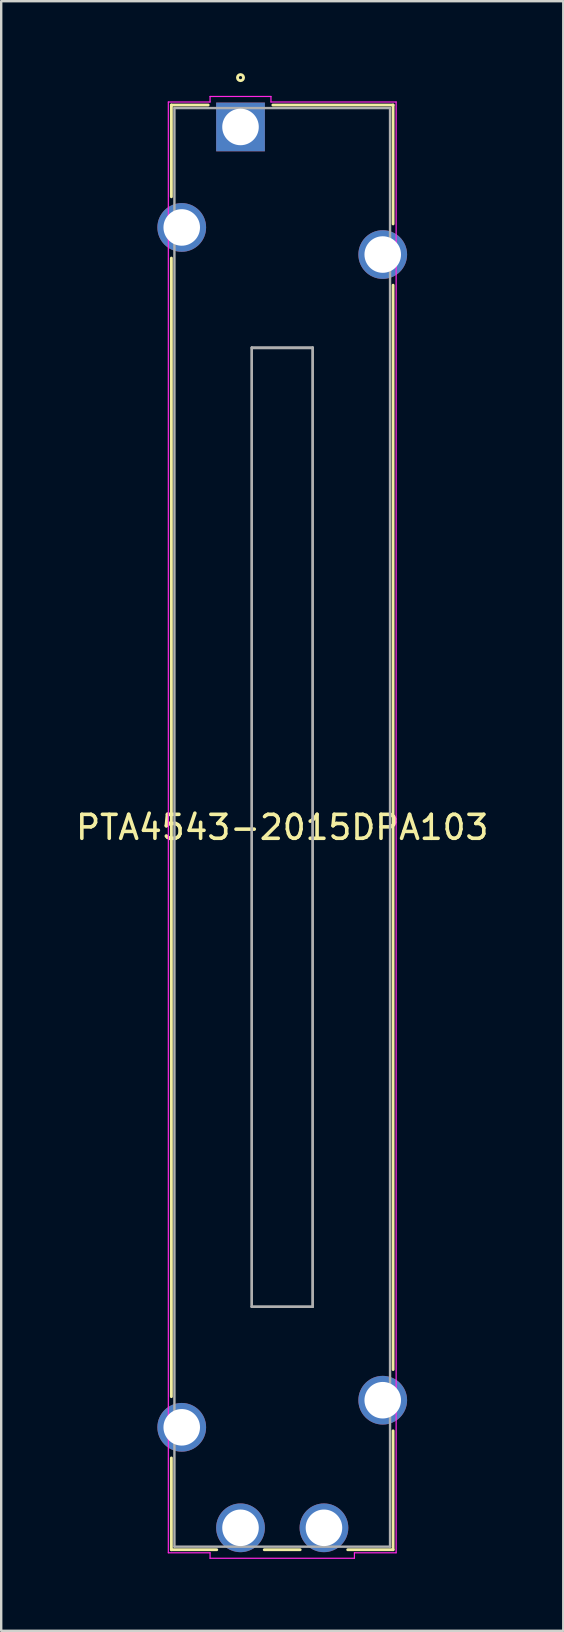
<source format=kicad_pcb>
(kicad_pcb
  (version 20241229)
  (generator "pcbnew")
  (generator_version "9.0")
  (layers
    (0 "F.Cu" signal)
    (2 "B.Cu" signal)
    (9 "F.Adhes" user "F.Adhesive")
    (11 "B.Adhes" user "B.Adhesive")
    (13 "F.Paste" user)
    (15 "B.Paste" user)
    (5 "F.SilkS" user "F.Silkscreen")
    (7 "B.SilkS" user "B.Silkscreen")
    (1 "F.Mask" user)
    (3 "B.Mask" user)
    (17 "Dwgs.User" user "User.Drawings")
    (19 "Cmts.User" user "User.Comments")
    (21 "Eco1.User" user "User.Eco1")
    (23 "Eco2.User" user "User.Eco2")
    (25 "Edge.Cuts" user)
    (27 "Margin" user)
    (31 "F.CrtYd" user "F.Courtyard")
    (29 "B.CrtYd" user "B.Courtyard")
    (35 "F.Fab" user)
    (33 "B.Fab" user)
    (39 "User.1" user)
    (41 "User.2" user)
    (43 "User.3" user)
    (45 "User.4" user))
  (footprint "PTA4543-2015DPA103"
    (layer "F.Cu")
    (at 6.98 2.244)
    (property "Reference" "PTA4543-2015DPA103" (at 1.74 29.21 0) (layer "F.SilkS") (effects (font (size 1 1) (thickness 0.15))))
    (attr through_hole)
    (fp_line (start -2.883 -0.914) (end -2.883 2.913) (stroke (width 0.12) (type solid)) (layer "F.SilkS"))
    (fp_line (start -2.883 5.469) (end -2.883 52.951) (stroke (width 0.12) (type solid)) (layer "F.SilkS"))
    (fp_line (start -2.883 55.507) (end -2.883 59.334) (stroke (width 0.12) (type solid)) (layer "F.SilkS"))
    (fp_line (start -2.883 59.334) (end -0.991 59.334) (stroke (width 0.12) (type solid)) (layer "F.SilkS"))
    (fp_line (start -1.349 -0.914) (end -2.883 -0.914) (stroke (width 0.12) (type solid)) (layer "F.SilkS"))
    (fp_line (start 0.991 59.334) (end 2.488 59.334) (stroke (width 0.12) (type solid)) (layer "F.SilkS"))
    (fp_line (start 4.471 59.334) (end 6.363 59.334) (stroke (width 0.12) (type solid)) (layer "F.SilkS"))
    (fp_line (start 6.363 -0.914) (end 1.349 -0.914) (stroke (width 0.12) (type solid)) (layer "F.SilkS"))
    (fp_line (start 6.363 4.044) (end 6.363 -0.914) (stroke (width 0.12) (type solid)) (layer "F.SilkS"))
    (fp_line (start 6.363 51.821) (end 6.363 6.599) (stroke (width 0.12) (type solid)) (layer "F.SilkS"))
    (fp_line (start 6.363 59.334) (end 6.363 54.376) (stroke (width 0.12) (type solid)) (layer "F.SilkS"))
    (fp_circle (center 0 -2.057) (end 0.127 -2.057) (stroke (width 0.12) (type solid)) (fill no) (layer "F.SilkS"))
    (fp_line (start -3.01 -1.041) (end -1.27 -1.041) (stroke (width 0.05) (type solid)) (layer "F.CrtYd"))
    (fp_line (start -3.01 59.461) (end -3.01 -1.041) (stroke (width 0.05) (type solid)) (layer "F.CrtYd"))
    (fp_line (start -1.27 -1.27) (end 1.27 -1.27) (stroke (width 0.05) (type solid)) (layer "F.CrtYd"))
    (fp_line (start -1.27 -1.041) (end -1.27 -1.27) (stroke (width 0.05) (type solid)) (layer "F.CrtYd"))
    (fp_line (start -1.27 59.461) (end -3.01 59.461) (stroke (width 0.05) (type solid)) (layer "F.CrtYd"))
    (fp_line (start -1.27 59.69) (end -1.27 59.461) (stroke (width 0.05) (type solid)) (layer "F.CrtYd"))
    (fp_line (start 1.27 -1.27) (end 1.27 -1.041) (stroke (width 0.05) (type solid)) (layer "F.CrtYd"))
    (fp_line (start 1.27 -1.041) (end 6.49 -1.041) (stroke (width 0.05) (type solid)) (layer "F.CrtYd"))
    (fp_line (start 4.75 59.461) (end 4.75 59.69) (stroke (width 0.05) (type solid)) (layer "F.CrtYd"))
    (fp_line (start 4.75 59.69) (end -1.27 59.69) (stroke (width 0.05) (type solid)) (layer "F.CrtYd"))
    (fp_line (start 6.49 -1.041) (end 6.49 59.461) (stroke (width 0.05) (type solid)) (layer "F.CrtYd"))
    (fp_line (start 6.49 59.461) (end 4.75 59.461) (stroke (width 0.05) (type solid)) (layer "F.CrtYd"))
    (fp_line (start -2.756 -0.787) (end -2.756 59.207) (stroke (width 0.1) (type solid)) (layer "F.Fab"))
    (fp_line (start -2.756 59.207) (end 6.236 59.207) (stroke (width 0.1) (type solid)) (layer "F.Fab"))
    (fp_line (start 0.47 9.195) (end 3.01 9.195) (stroke (width 0.1) (type solid)) (layer "F.Fab"))
    (fp_line (start 0.47 9.22) (end 3.01 9.22) (stroke (width 0.1) (type solid)) (layer "F.Fab"))
    (fp_line (start 0.47 49.2) (end 0.47 9.195) (stroke (width 0.1) (type solid)) (layer "F.Fab"))
    (fp_line (start 0.47 49.2) (end 0.47 9.22) (stroke (width 0.1) (type solid)) (layer "F.Fab"))
    (fp_line (start 3.01 9.195) (end 3.01 49.2) (stroke (width 0.1) (type solid)) (layer "F.Fab"))
    (fp_line (start 3.01 9.22) (end 3.01 49.2) (stroke (width 0.1) (type solid)) (layer "F.Fab"))
    (fp_line (start 3.01 49.2) (end 0.47 49.2) (stroke (width 0.1) (type solid)) (layer "F.Fab"))
    (fp_line (start 3.01 49.2) (end 0.47 49.2) (stroke (width 0.1) (type solid)) (layer "F.Fab"))
    (fp_line (start 6.236 -0.787) (end -2.756 -0.787) (stroke (width 0.1) (type solid)) (layer "F.Fab"))
    (fp_line (start 6.236 59.207) (end 6.236 -0.787) (stroke (width 0.1) (type solid)) (layer "F.Fab"))
    (fp_circle (center 0 -0.406) (end 0.127 -0.406) (stroke (width 0.1) (type solid)) (fill no) (layer "F.Fab"))
    (fp_text user "*" (at 0 0 0) (layer "F.SilkS") (effects (font (size 1 1) (thickness 0.15))))
    (fp_text user "Copyright 2021 Accelerated Designs. All rights reserved." (at 0 0 0) (layer "Cmts.User") (effects (font (size 0.127 0.127) (thickness 0.002))))
    (fp_text user "*" (at 0 0 0) (layer "F.Fab") (effects (font (size 1 1) (thickness 0.15))))
    (pad "1" thru_hole rect (at 0 0) (size 2.032 2.032) (drill 1.524) (layers "*.Cu" "*.Mask"))
    (pad "2" thru_hole circle (at 0 58.42) (size 2.032 2.032) (drill 1.524) (layers "*.Cu" "*.Mask"))
    (pad "3" thru_hole circle (at 3.48 58.42) (size 2.032 2.032) (drill 1.524) (layers "*.Cu" "*.Mask"))
    (pad "4" thru_hole circle (at -2.451 4.191) (size 2.032 2.032) (drill 1.524) (layers "*.Cu" "*.Mask"))
    (pad "5" thru_hole circle (at -2.451 54.229) (size 2.032 2.032) (drill 1.524) (layers "*.Cu" "*.Mask"))
    (pad "6" thru_hole circle (at 5.931 5.321) (size 2.032 2.032) (drill 1.524) (layers "*.Cu" "*.Mask"))
    (pad "7" thru_hole circle (at 5.931 53.099) (size 2.032 2.032) (drill 1.524) (layers "*.Cu" "*.Mask")))
  (gr_rect
    (start -3 -3)
    (end 20.44 64.959)
    (stroke (width 0.1) (type default))
    (fill no)
    (layer "Edge.Cuts")))
</source>
